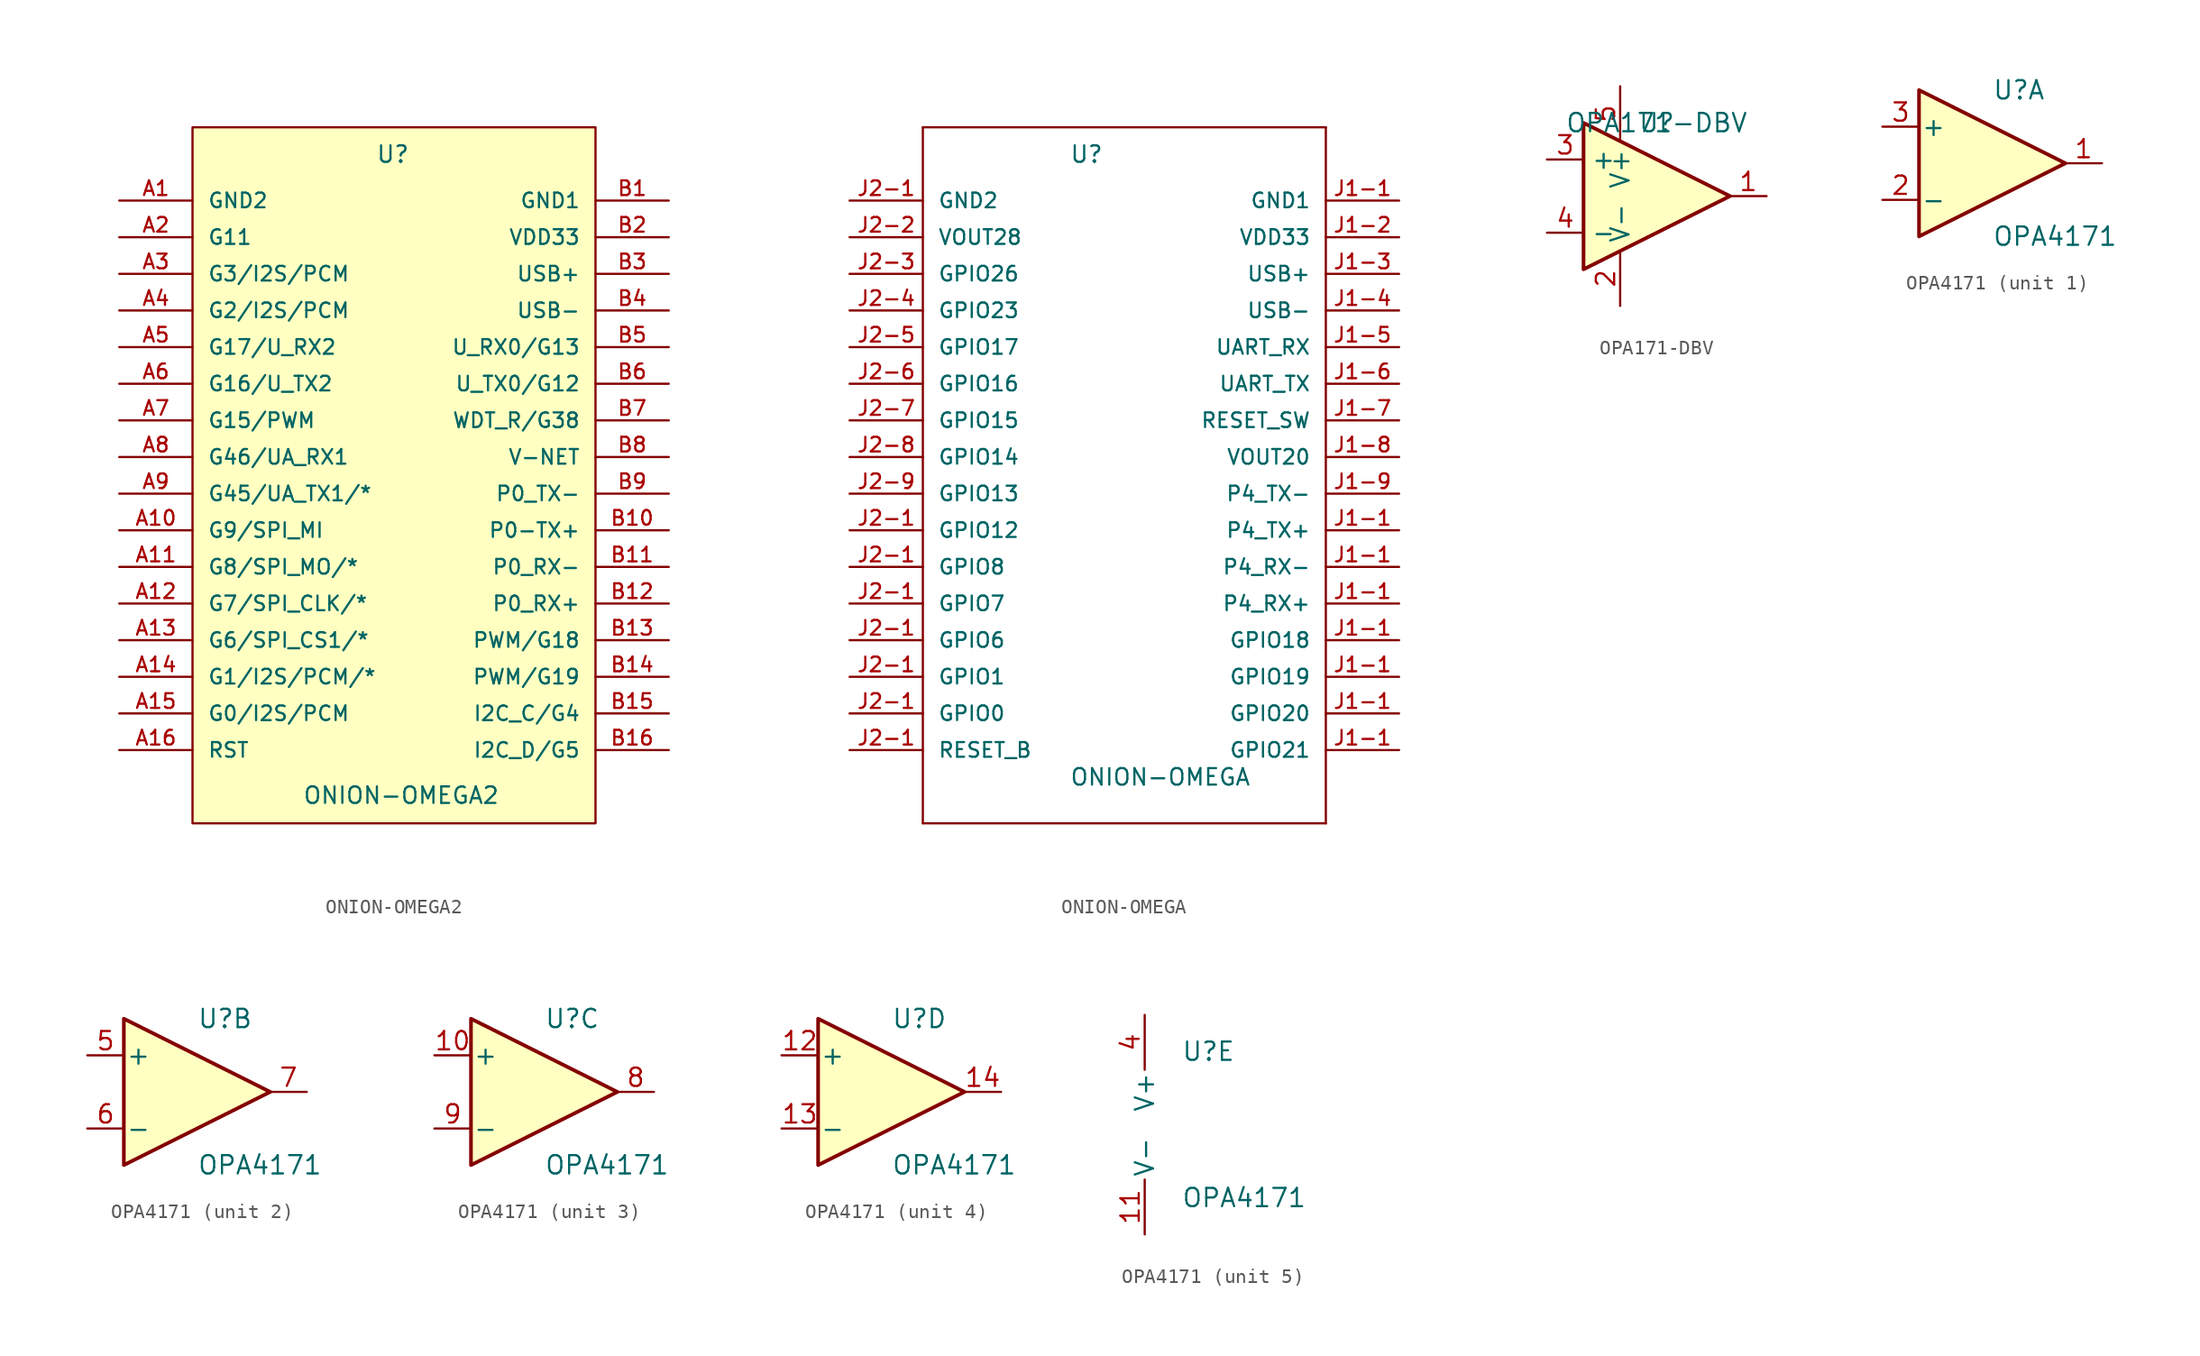
<source format=kicad_sym>
(kicad_symbol_lib
  (version 20220914)
  (generator kicad_symbol_editor)
  (symbol "ONION-OMEGA2"
    (pin_names
      (offset 1.016))
    (property "Reference" "U"
      (at -5.08 17.78 0)
      (effects (font (size 1.143 1.143)) (justify left bottom)))
    (property "Value" "ONION-OMEGA2"
      (at -10.16 -26.67 0)
      (effects (font (size 1.143 1.143)) (justify left bottom)))
    (property "ki_locked" ""
      (at 0 0 0)
      (effects (font (size 1.27 1.27))))
    (symbol "ONION-OMEGA2_1_1"
      (rectangle (start -17.78 20.32) (end 10.16 -27.94) (stroke (width 0) (type default)) (fill (type background)))
      (pin power_in line (at -22.86 15.24 0) (length 5.08) (name "GND2" (effects (font (size 1.016 1.016)))) (number "A1" (effects (font (size 1.016 1.016)))))
      (pin bidirectional line (at -22.86 -7.62 0) (length 5.08) (name "G9/SPI_MI" (effects (font (size 1.016 1.016)))) (number "A10" (effects (font (size 1.016 1.016)))))
      (pin bidirectional line (at -22.86 -10.16 0) (length 5.08) (name "G8/SPI_MO/*" (effects (font (size 1.016 1.016)))) (number "A11" (effects (font (size 1.016 1.016)))))
      (pin bidirectional line (at -22.86 -12.7 0) (length 5.08) (name "G7/SPI_CLK/*" (effects (font (size 1.016 1.016)))) (number "A12" (effects (font (size 1.016 1.016)))))
      (pin bidirectional line (at -22.86 -15.24 0) (length 5.08) (name "G6/SPI_CS1/*" (effects (font (size 1.016 1.016)))) (number "A13" (effects (font (size 1.016 1.016)))))
      (pin bidirectional line (at -22.86 -17.78 0) (length 5.08) (name "G1/I2S/PCM/*" (effects (font (size 1.016 1.016)))) (number "A14" (effects (font (size 1.016 1.016)))))
      (pin bidirectional line (at -22.86 -20.32 0) (length 5.08) (name "G0/I2S/PCM" (effects (font (size 1.016 1.016)))) (number "A15" (effects (font (size 1.016 1.016)))))
      (pin bidirectional line (at -22.86 -22.86 0) (length 5.08) (name "RST" (effects (font (size 1.016 1.016)))) (number "A16" (effects (font (size 1.016 1.016)))))
      (pin bidirectional line (at -22.86 12.7 0) (length 5.08) (name "G11" (effects (font (size 1.016 1.016)))) (number "A2" (effects (font (size 1.016 1.016)))))
      (pin bidirectional line (at -22.86 10.16 0) (length 5.08) (name "G3/I2S/PCM" (effects (font (size 1.016 1.016)))) (number "A3" (effects (font (size 1.016 1.016)))))
      (pin bidirectional line (at -22.86 7.62 0) (length 5.08) (name "G2/I2S/PCM" (effects (font (size 1.016 1.016)))) (number "A4" (effects (font (size 1.016 1.016)))))
      (pin bidirectional line (at -22.86 5.08 0) (length 5.08) (name "G17/U_RX2" (effects (font (size 1.016 1.016)))) (number "A5" (effects (font (size 1.016 1.016)))))
      (pin bidirectional line (at -22.86 2.54 0) (length 5.08) (name "G16/U_TX2" (effects (font (size 1.016 1.016)))) (number "A6" (effects (font (size 1.016 1.016)))))
      (pin bidirectional line (at -22.86 0 0) (length 5.08) (name "G15/PWM" (effects (font (size 1.016 1.016)))) (number "A7" (effects (font (size 1.016 1.016)))))
      (pin bidirectional line (at -22.86 -2.54 0) (length 5.08) (name "G46/UA_RX1" (effects (font (size 1.016 1.016)))) (number "A8" (effects (font (size 1.016 1.016)))))
      (pin bidirectional line (at -22.86 -5.08 0) (length 5.08) (name "G45/UA_TX1/*" (effects (font (size 1.016 1.016)))) (number "A9" (effects (font (size 1.016 1.016)))))
      (pin power_in line (at 15.24 15.24 180) (length 5.08) (name "GND1" (effects (font (size 1.016 1.016)))) (number "B1" (effects (font (size 1.016 1.016)))))
      (pin bidirectional line (at 15.24 -7.62 180) (length 5.08) (name "P0-TX+" (effects (font (size 1.016 1.016)))) (number "B10" (effects (font (size 1.016 1.016)))))
      (pin bidirectional line (at 15.24 -10.16 180) (length 5.08) (name "P0_RX-" (effects (font (size 1.016 1.016)))) (number "B11" (effects (font (size 1.016 1.016)))))
      (pin bidirectional line (at 15.24 -12.7 180) (length 5.08) (name "P0_RX+" (effects (font (size 1.016 1.016)))) (number "B12" (effects (font (size 1.016 1.016)))))
      (pin bidirectional line (at 15.24 -15.24 180) (length 5.08) (name "PWM/G18" (effects (font (size 1.016 1.016)))) (number "B13" (effects (font (size 1.016 1.016)))))
      (pin bidirectional line (at 15.24 -17.78 180) (length 5.08) (name "PWM/G19" (effects (font (size 1.016 1.016)))) (number "B14" (effects (font (size 1.016 1.016)))))
      (pin bidirectional line (at 15.24 -20.32 180) (length 5.08) (name "I2C_C/G4" (effects (font (size 1.016 1.016)))) (number "B15" (effects (font (size 1.016 1.016)))))
      (pin bidirectional line (at 15.24 -22.86 180) (length 5.08) (name "I2C_D/G5" (effects (font (size 1.016 1.016)))) (number "B16" (effects (font (size 1.016 1.016)))))
      (pin power_in line (at 15.24 12.7 180) (length 5.08) (name "VDD33" (effects (font (size 1.016 1.016)))) (number "B2" (effects (font (size 1.016 1.016)))))
      (pin bidirectional line (at 15.24 10.16 180) (length 5.08) (name "USB+" (effects (font (size 1.016 1.016)))) (number "B3" (effects (font (size 1.016 1.016)))))
      (pin bidirectional line (at 15.24 7.62 180) (length 5.08) (name "USB-" (effects (font (size 1.016 1.016)))) (number "B4" (effects (font (size 1.016 1.016)))))
      (pin bidirectional line (at 15.24 5.08 180) (length 5.08) (name "U_RX0/G13" (effects (font (size 1.016 1.016)))) (number "B5" (effects (font (size 1.016 1.016)))))
      (pin bidirectional line (at 15.24 2.54 180) (length 5.08) (name "U_TX0/G12" (effects (font (size 1.016 1.016)))) (number "B6" (effects (font (size 1.016 1.016)))))
      (pin bidirectional line (at 15.24 0 180) (length 5.08) (name "WDT_R/G38" (effects (font (size 1.016 1.016)))) (number "B7" (effects (font (size 1.016 1.016)))))
      (pin output line (at 15.24 -2.54 180) (length 5.08) (name "V-NET" (effects (font (size 1.016 1.016)))) (number "B8" (effects (font (size 1.016 1.016)))))
      (pin bidirectional line (at 15.24 -5.08 180) (length 5.08) (name "P0_TX-" (effects (font (size 1.016 1.016)))) (number "B9" (effects (font (size 1.016 1.016)))))))
  (symbol "ONION-OMEGA"
    (pin_names
      (offset 1.016))
    (property "Reference" "U"
      (at -7.62 17.78 0)
      (effects (font (size 1.143 1.143)) (justify left bottom)))
    (property "Value" "ONION-OMEGA"
      (at -7.62 -25.4 0)
      (effects (font (size 1.143 1.143)) (justify left bottom)))
    (property "ki_locked" ""
      (at 0 0 0)
      (effects (font (size 1.27 1.27))))
    (symbol "ONION-OMEGA_1_0"
      (polyline (pts (xy -17.78 -27.94) (xy 10.16 -27.94)) (stroke (width 0) (type default)) (fill (type none)))
      (polyline (pts (xy -17.78 20.32) (xy -17.78 -27.94)) (stroke (width 0) (type default)) (fill (type none)))
      (polyline (pts (xy 10.16 -27.94) (xy 10.16 20.32)) (stroke (width 0) (type default)) (fill (type none)))
      (polyline (pts (xy 10.16 20.32) (xy -17.78 20.32)) (stroke (width 0) (type default)) (fill (type none))))
    (symbol "ONION-OMEGA_1_1"
      (pin bidirectional line (at 15.24 15.24 180) (length 5.08) (name "GND1" (effects (font (size 1.016 1.016)))) (number "J1-1" (effects (font (size 1.016 1.016)))))
      (pin bidirectional line (at 15.24 -15.24 180) (length 5.08) (name "GPIO18" (effects (font (size 1.016 1.016)))) (number "J1-1" (effects (font (size 1.016 1.016)))))
      (pin bidirectional line (at 15.24 -17.78 180) (length 5.08) (name "GPIO19" (effects (font (size 1.016 1.016)))) (number "J1-1" (effects (font (size 1.016 1.016)))))
      (pin bidirectional line (at 15.24 -20.32 180) (length 5.08) (name "GPIO20" (effects (font (size 1.016 1.016)))) (number "J1-1" (effects (font (size 1.016 1.016)))))
      (pin bidirectional line (at 15.24 -22.86 180) (length 5.08) (name "GPIO21" (effects (font (size 1.016 1.016)))) (number "J1-1" (effects (font (size 1.016 1.016)))))
      (pin bidirectional line (at 15.24 -12.7 180) (length 5.08) (name "P4_RX+" (effects (font (size 1.016 1.016)))) (number "J1-1" (effects (font (size 1.016 1.016)))))
      (pin bidirectional line (at 15.24 -10.16 180) (length 5.08) (name "P4_RX-" (effects (font (size 1.016 1.016)))) (number "J1-1" (effects (font (size 1.016 1.016)))))
      (pin bidirectional line (at 15.24 -7.62 180) (length 5.08) (name "P4_TX+" (effects (font (size 1.016 1.016)))) (number "J1-1" (effects (font (size 1.016 1.016)))))
      (pin bidirectional line (at 15.24 12.7 180) (length 5.08) (name "VDD33" (effects (font (size 1.016 1.016)))) (number "J1-2" (effects (font (size 1.016 1.016)))))
      (pin bidirectional line (at 15.24 10.16 180) (length 5.08) (name "USB+" (effects (font (size 1.016 1.016)))) (number "J1-3" (effects (font (size 1.016 1.016)))))
      (pin bidirectional line (at 15.24 7.62 180) (length 5.08) (name "USB-" (effects (font (size 1.016 1.016)))) (number "J1-4" (effects (font (size 1.016 1.016)))))
      (pin bidirectional line (at 15.24 5.08 180) (length 5.08) (name "UART_RX" (effects (font (size 1.016 1.016)))) (number "J1-5" (effects (font (size 1.016 1.016)))))
      (pin bidirectional line (at 15.24 2.54 180) (length 5.08) (name "UART_TX" (effects (font (size 1.016 1.016)))) (number "J1-6" (effects (font (size 1.016 1.016)))))
      (pin bidirectional line (at 15.24 0 180) (length 5.08) (name "RESET_SW" (effects (font (size 1.016 1.016)))) (number "J1-7" (effects (font (size 1.016 1.016)))))
      (pin bidirectional line (at 15.24 -2.54 180) (length 5.08) (name "VOUT20" (effects (font (size 1.016 1.016)))) (number "J1-8" (effects (font (size 1.016 1.016)))))
      (pin bidirectional line (at 15.24 -5.08 180) (length 5.08) (name "P4_TX-" (effects (font (size 1.016 1.016)))) (number "J1-9" (effects (font (size 1.016 1.016)))))
      (pin bidirectional line (at -22.86 15.24 0) (length 5.08) (name "GND2" (effects (font (size 1.016 1.016)))) (number "J2-1" (effects (font (size 1.016 1.016)))))
      (pin bidirectional line (at -22.86 -20.32 0) (length 5.08) (name "GPIO0" (effects (font (size 1.016 1.016)))) (number "J2-1" (effects (font (size 1.016 1.016)))))
      (pin bidirectional line (at -22.86 -17.78 0) (length 5.08) (name "GPIO1" (effects (font (size 1.016 1.016)))) (number "J2-1" (effects (font (size 1.016 1.016)))))
      (pin bidirectional line (at -22.86 -7.62 0) (length 5.08) (name "GPIO12" (effects (font (size 1.016 1.016)))) (number "J2-1" (effects (font (size 1.016 1.016)))))
      (pin bidirectional line (at -22.86 -15.24 0) (length 5.08) (name "GPIO6" (effects (font (size 1.016 1.016)))) (number "J2-1" (effects (font (size 1.016 1.016)))))
      (pin bidirectional line (at -22.86 -12.7 0) (length 5.08) (name "GPIO7" (effects (font (size 1.016 1.016)))) (number "J2-1" (effects (font (size 1.016 1.016)))))
      (pin bidirectional line (at -22.86 -10.16 0) (length 5.08) (name "GPIO8" (effects (font (size 1.016 1.016)))) (number "J2-1" (effects (font (size 1.016 1.016)))))
      (pin bidirectional line (at -22.86 -22.86 0) (length 5.08) (name "RESET_B" (effects (font (size 1.016 1.016)))) (number "J2-1" (effects (font (size 1.016 1.016)))))
      (pin bidirectional line (at -22.86 12.7 0) (length 5.08) (name "VOUT28" (effects (font (size 1.016 1.016)))) (number "J2-2" (effects (font (size 1.016 1.016)))))
      (pin bidirectional line (at -22.86 10.16 0) (length 5.08) (name "GPIO26" (effects (font (size 1.016 1.016)))) (number "J2-3" (effects (font (size 1.016 1.016)))))
      (pin bidirectional line (at -22.86 7.62 0) (length 5.08) (name "GPIO23" (effects (font (size 1.016 1.016)))) (number "J2-4" (effects (font (size 1.016 1.016)))))
      (pin bidirectional line (at -22.86 5.08 0) (length 5.08) (name "GPIO17" (effects (font (size 1.016 1.016)))) (number "J2-5" (effects (font (size 1.016 1.016)))))
      (pin bidirectional line (at -22.86 2.54 0) (length 5.08) (name "GPIO16" (effects (font (size 1.016 1.016)))) (number "J2-6" (effects (font (size 1.016 1.016)))))
      (pin bidirectional line (at -22.86 0 0) (length 5.08) (name "GPIO15" (effects (font (size 1.016 1.016)))) (number "J2-7" (effects (font (size 1.016 1.016)))))
      (pin bidirectional line (at -22.86 -2.54 0) (length 5.08) (name "GPIO14" (effects (font (size 1.016 1.016)))) (number "J2-8" (effects (font (size 1.016 1.016)))))
      (pin bidirectional line (at -22.86 -5.08 0) (length 5.08) (name "GPIO13" (effects (font (size 1.016 1.016)))) (number "J2-9" (effects (font (size 1.016 1.016)))))))
  (symbol "OPA171-DBV"
    (property "Reference" "U"
      (at 0 0 0)
      (effects (font (size 1.27 1.27))))
    (property "Value" "OPA171-DBV"
      (at 0 0 0)
      (effects (font (size 1.27 1.27))))
    (symbol "OPA171-DBV_0_1"
      (polyline (pts (xy -5.08 0) (xy 5.08 -5.08) (xy -5.08 -10.16) (xy -5.08 0)) (stroke (width 0.254) (type default)) (fill (type background))))
    (symbol "OPA171-DBV_1_1"
      (pin output line (at 7.62 -5.08 180) (length 2.54) (name "~" (effects (font (size 1.27 1.27)))) (number "1" (effects (font (size 1.27 1.27)))))
      (pin power_in line (at -2.54 -12.7 90) (length 3.81) (name "V-" (effects (font (size 1.27 1.27)))) (number "2" (effects (font (size 1.27 1.27)))))
      (pin input line (at -7.62 -2.54 0) (length 2.54) (name "+" (effects (font (size 1.27 1.27)))) (number "3" (effects (font (size 1.27 1.27)))))
      (pin input line (at -7.62 -7.62 0) (length 2.54) (name "-" (effects (font (size 1.27 1.27)))) (number "4" (effects (font (size 1.27 1.27)))))
      (pin power_in line (at -2.54 2.54 270) (length 3.81) (name "V+" (effects (font (size 1.27 1.27)))) (number "5" (effects (font (size 1.27 1.27)))))))
  (symbol "OPA4171"
    (pin_names
      (offset 0.127))
    (property "Reference" "U"
      (at 0 5.08 0)
      (effects (font (size 1.27 1.27)) (justify left)))
    (property "Value" "OPA4171"
      (at 0 -5.08 0)
      (effects (font (size 1.27 1.27)) (justify left)))
    (property "ki_locked" ""
      (at 0 0 0)
      (effects (font (size 1.27 1.27))))
    (symbol "OPA4171_1_1"
      (polyline (pts (xy -5.08 5.08) (xy 5.08 0) (xy -5.08 -5.08) (xy -5.08 5.08)) (stroke (width 0.254) (type default)) (fill (type background)))
      (pin output line (at 7.62 0 180) (length 2.54) (name "~" (effects (font (size 1.27 1.27)))) (number "1" (effects (font (size 1.27 1.27)))))
      (pin input line (at -7.62 -2.54 0) (length 2.54) (name "-" (effects (font (size 1.27 1.27)))) (number "2" (effects (font (size 1.27 1.27)))))
      (pin input line (at -7.62 2.54 0) (length 2.54) (name "+" (effects (font (size 1.27 1.27)))) (number "3" (effects (font (size 1.27 1.27))))))
    (symbol "OPA4171_2_1"
      (polyline (pts (xy -5.08 5.08) (xy 5.08 0) (xy -5.08 -5.08) (xy -5.08 5.08)) (stroke (width 0.254) (type default)) (fill (type background)))
      (pin input line (at -7.62 2.54 0) (length 2.54) (name "+" (effects (font (size 1.27 1.27)))) (number "5" (effects (font (size 1.27 1.27)))))
      (pin input line (at -7.62 -2.54 0) (length 2.54) (name "-" (effects (font (size 1.27 1.27)))) (number "6" (effects (font (size 1.27 1.27)))))
      (pin output line (at 7.62 0 180) (length 2.54) (name "~" (effects (font (size 1.27 1.27)))) (number "7" (effects (font (size 1.27 1.27))))))
    (symbol "OPA4171_3_1"
      (polyline (pts (xy -5.08 5.08) (xy 5.08 0) (xy -5.08 -5.08) (xy -5.08 5.08)) (stroke (width 0.254) (type default)) (fill (type background)))
      (pin input line (at -7.62 2.54 0) (length 2.54) (name "+" (effects (font (size 1.27 1.27)))) (number "10" (effects (font (size 1.27 1.27)))))
      (pin output line (at 7.62 0 180) (length 2.54) (name "~" (effects (font (size 1.27 1.27)))) (number "8" (effects (font (size 1.27 1.27)))))
      (pin input line (at -7.62 -2.54 0) (length 2.54) (name "-" (effects (font (size 1.27 1.27)))) (number "9" (effects (font (size 1.27 1.27))))))
    (symbol "OPA4171_4_1"
      (polyline (pts (xy -5.08 5.08) (xy 5.08 0) (xy -5.08 -5.08) (xy -5.08 5.08)) (stroke (width 0.254) (type default)) (fill (type background)))
      (pin input line (at -7.62 2.54 0) (length 2.54) (name "+" (effects (font (size 1.27 1.27)))) (number "12" (effects (font (size 1.27 1.27)))))
      (pin input line (at -7.62 -2.54 0) (length 2.54) (name "-" (effects (font (size 1.27 1.27)))) (number "13" (effects (font (size 1.27 1.27)))))
      (pin output line (at 7.62 0 180) (length 2.54) (name "~" (effects (font (size 1.27 1.27)))) (number "14" (effects (font (size 1.27 1.27))))))
    (symbol "OPA4171_5_1"
      (pin power_in line (at -2.54 -7.62 90) (length 3.81) (name "V-" (effects (font (size 1.27 1.27)))) (number "11" (effects (font (size 1.27 1.27)))))
      (pin power_in line (at -2.54 7.62 270) (length 3.81) (name "V+" (effects (font (size 1.27 1.27)))) (number "4" (effects (font (size 1.27 1.27))))))))
</source>
